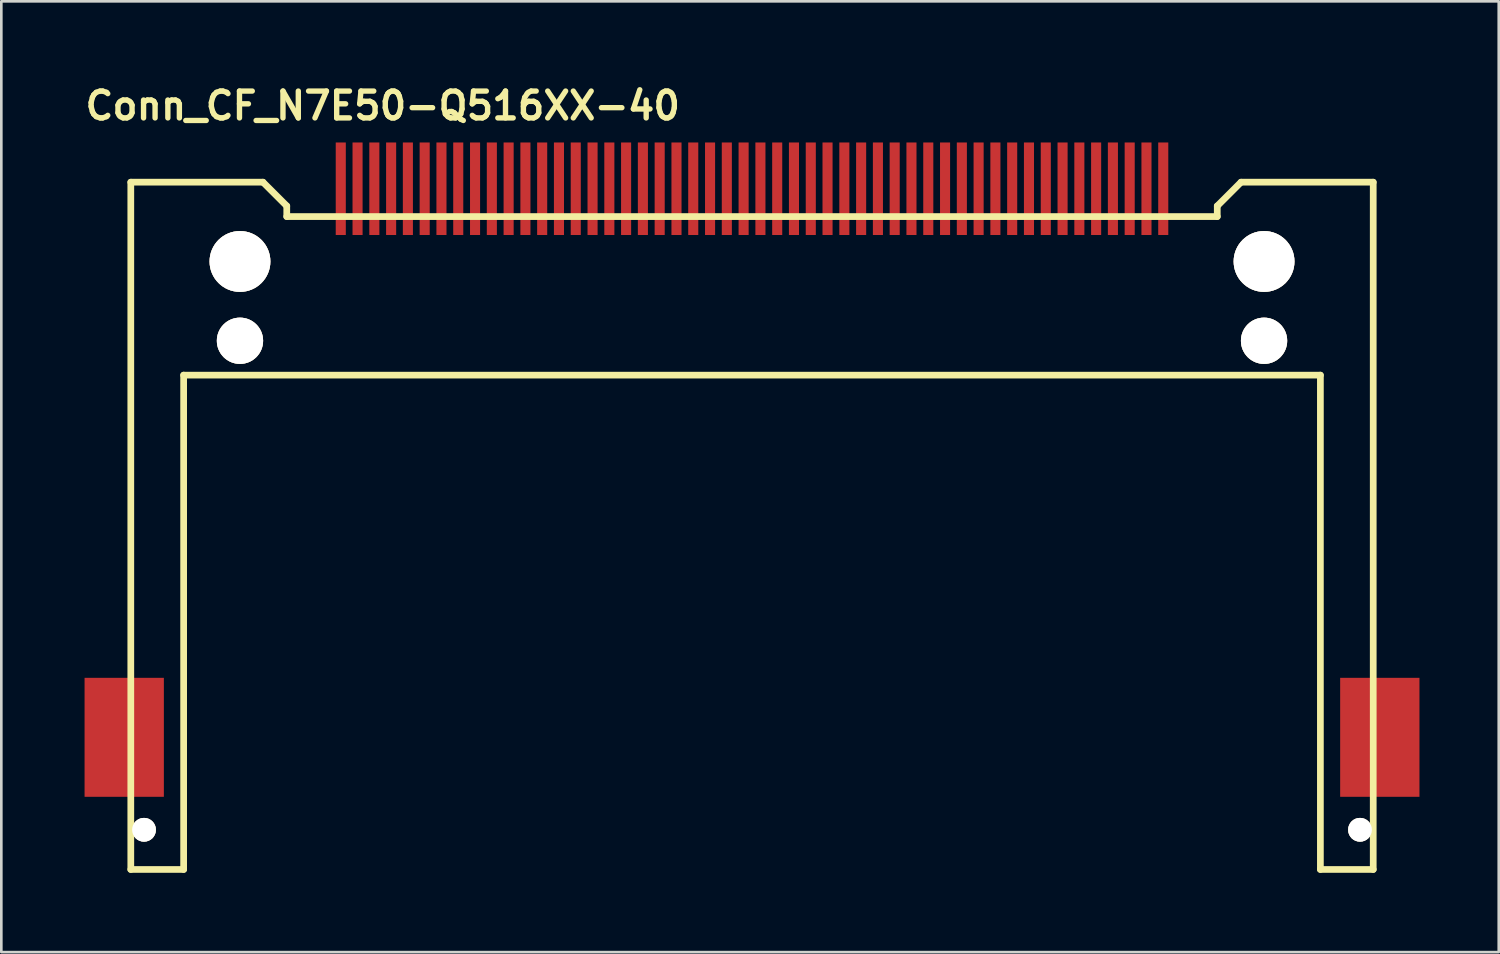
<source format=kicad_pcb>
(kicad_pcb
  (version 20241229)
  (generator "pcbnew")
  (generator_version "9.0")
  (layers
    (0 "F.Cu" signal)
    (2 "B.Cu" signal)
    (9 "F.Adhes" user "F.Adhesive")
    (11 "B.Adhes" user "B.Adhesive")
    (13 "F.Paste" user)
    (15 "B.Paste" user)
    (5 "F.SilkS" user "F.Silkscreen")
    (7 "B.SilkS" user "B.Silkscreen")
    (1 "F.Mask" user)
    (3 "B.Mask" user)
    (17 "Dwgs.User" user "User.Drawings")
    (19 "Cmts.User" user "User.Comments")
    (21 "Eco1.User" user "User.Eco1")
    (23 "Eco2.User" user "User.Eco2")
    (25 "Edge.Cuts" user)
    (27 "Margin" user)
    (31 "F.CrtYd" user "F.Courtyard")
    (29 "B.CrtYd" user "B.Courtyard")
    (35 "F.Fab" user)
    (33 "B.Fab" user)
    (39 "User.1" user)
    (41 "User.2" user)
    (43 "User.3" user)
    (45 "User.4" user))
  (footprint "Conn_CF_N7E50-Q516XX-40"
    (layer "F.Cu")
    (at 25.398 9.841)
    (property "Reference" "Conn_CF_N7E50-Q516XX-40" (at -13.97 -8.89 0) (layer "F.SilkS") (effects (font (size 1.016 1.016) (thickness 0.203))))
    (attr through_hole)
    (fp_line (start -23.5 -5.999) (end -23.5 20) (stroke (width 0.254) (type solid)) (layer "F.SilkS"))
    (fp_line (start -21.501 1.3) (end -21.501 20) (stroke (width 0.254) (type solid)) (layer "F.SilkS"))
    (fp_line (start -21.501 1.3) (end 21.501 1.3) (stroke (width 0.254) (type solid)) (layer "F.SilkS"))
    (fp_line (start -21.501 20) (end -23.5 20) (stroke (width 0.254) (type solid)) (layer "F.SilkS"))
    (fp_line (start -18.499 -5.999) (end -23.5 -5.999) (stroke (width 0.254) (type solid)) (layer "F.SilkS"))
    (fp_line (start -17.6 -5.1) (end -18.499 -5.999) (stroke (width 0.254) (type solid)) (layer "F.SilkS"))
    (fp_line (start -17.6 -5.1) (end -17.6 -4.699) (stroke (width 0.254) (type solid)) (layer "F.SilkS"))
    (fp_line (start -17.6 -4.699) (end 17.6 -4.699) (stroke (width 0.254) (type solid)) (layer "F.SilkS"))
    (fp_line (start 17.6 -5.1) (end 18.499 -5.999) (stroke (width 0.254) (type solid)) (layer "F.SilkS"))
    (fp_line (start 17.6 -4.699) (end 17.6 -5.1) (stroke (width 0.254) (type solid)) (layer "F.SilkS"))
    (fp_line (start 18.499 -5.999) (end 23.5 -5.999) (stroke (width 0.254) (type solid)) (layer "F.SilkS"))
    (fp_line (start 21.501 1.3) (end 21.501 20) (stroke (width 0.254) (type solid)) (layer "F.SilkS"))
    (fp_line (start 21.501 20) (end 23.5 20) (stroke (width 0.254) (type solid)) (layer "F.SilkS"))
    (fp_line (start 23.5 -5.999) (end 23.5 20) (stroke (width 0.254) (type solid)) (layer "F.SilkS"))
    (pad "" smd rect (at -23.749 15.001) (size 3 4.501) (layers "F.Cu" "F.Mask" "F.Paste"))
    (pad "" thru_hole circle (at -23 18.499) (size 0.899 0.899) (drill 0.899) (layers "*.Cu" "*.Mask" "F.SilkS"))
    (pad "" thru_hole circle (at -19.37 -3) (size 2.301 2.301) (drill 2.301) (layers "*.Cu" "*.Mask" "F.SilkS"))
    (pad "" thru_hole circle (at -19.37 0) (size 1.75 1.75) (drill 1.75) (layers "*.Cu" "*.Mask" "F.SilkS"))
    (pad "" thru_hole circle (at 19.37 -3) (size 2.301 2.301) (drill 2.301) (layers "*.Cu" "*.Mask" "F.SilkS"))
    (pad "" thru_hole circle (at 19.37 0) (size 1.75 1.75) (drill 1.75) (layers "*.Cu" "*.Mask" "F.SilkS"))
    (pad "" thru_hole circle (at 23 18.499) (size 0.899 0.899) (drill 0.899) (layers "*.Cu" "*.Mask" "F.SilkS"))
    (pad "" smd rect (at 23.749 15.001) (size 3 4.501) (layers "F.Cu" "F.Mask" "F.Paste"))
    (pad "1" smd rect (at -15.557 -5.751) (size 0.381 3.5) (layers "F.Cu" "F.Mask" "F.Paste"))
    (pad "2" smd rect (at -14.287 -5.751) (size 0.381 3.5) (layers "F.Cu" "F.Mask" "F.Paste"))
    (pad "3" smd rect (at -13.018 -5.751) (size 0.381 3.5) (layers "F.Cu" "F.Mask" "F.Paste"))
    (pad "4" smd rect (at -11.748 -5.751) (size 0.381 3.5) (layers "F.Cu" "F.Mask" "F.Paste"))
    (pad "5" smd rect (at -10.477 -5.751) (size 0.381 3.5) (layers "F.Cu" "F.Mask" "F.Paste"))
    (pad "6" smd rect (at -9.207 -5.751) (size 0.381 3.5) (layers "F.Cu" "F.Mask" "F.Paste"))
    (pad "7" smd rect (at -7.938 -5.751) (size 0.381 3.5) (layers "F.Cu" "F.Mask" "F.Paste"))
    (pad "8" smd rect (at -6.668 -5.751) (size 0.381 3.5) (layers "F.Cu" "F.Mask" "F.Paste"))
    (pad "9" smd rect (at -5.397 -5.751) (size 0.381 3.5) (layers "F.Cu" "F.Mask" "F.Paste"))
    (pad "10" smd rect (at -4.128 -5.751) (size 0.381 3.5) (layers "F.Cu" "F.Mask" "F.Paste"))
    (pad "11" smd rect (at -2.857 -5.751) (size 0.381 3.5) (layers "F.Cu" "F.Mask" "F.Paste"))
    (pad "12" smd rect (at -1.587 -5.751) (size 0.381 3.5) (layers "F.Cu" "F.Mask" "F.Paste"))
    (pad "13" smd rect (at -0.318 -5.751) (size 0.381 3.5) (layers "F.Cu" "F.Mask" "F.Paste"))
    (pad "14" smd rect (at 0.953 -5.751) (size 0.381 3.5) (layers "F.Cu" "F.Mask" "F.Paste"))
    (pad "15" smd rect (at 2.223 -5.751) (size 0.381 3.5) (layers "F.Cu" "F.Mask" "F.Paste"))
    (pad "16" smd rect (at 3.493 -5.751) (size 0.381 3.5) (layers "F.Cu" "F.Mask" "F.Paste"))
    (pad "17" smd rect (at 4.763 -5.751) (size 0.381 3.5) (layers "F.Cu" "F.Mask" "F.Paste"))
    (pad "18" smd rect (at 6.032 -5.751) (size 0.381 3.5) (layers "F.Cu" "F.Mask" "F.Paste"))
    (pad "19" smd rect (at 7.303 -5.751) (size 0.381 3.5) (layers "F.Cu" "F.Mask" "F.Paste"))
    (pad "20" smd rect (at 8.572 -5.751) (size 0.381 3.5) (layers "F.Cu" "F.Mask" "F.Paste"))
    (pad "21" smd rect (at 9.842 -5.751) (size 0.381 3.5) (layers "F.Cu" "F.Mask" "F.Paste"))
    (pad "22" smd rect (at 11.113 -5.751) (size 0.381 3.5) (layers "F.Cu" "F.Mask" "F.Paste"))
    (pad "23" smd rect (at 12.383 -5.751) (size 0.381 3.5) (layers "F.Cu" "F.Mask" "F.Paste"))
    (pad "24" smd rect (at 13.652 -5.751) (size 0.381 3.5) (layers "F.Cu" "F.Mask" "F.Paste"))
    (pad "25" smd rect (at 14.922 -5.751) (size 0.381 3.5) (layers "F.Cu" "F.Mask" "F.Paste"))
    (pad "26" smd rect (at -14.922 -5.751) (size 0.381 3.5) (layers "F.Cu" "F.Mask" "F.Paste"))
    (pad "27" smd rect (at -13.652 -5.751) (size 0.381 3.5) (layers "F.Cu" "F.Mask" "F.Paste"))
    (pad "28" smd rect (at -12.383 -5.751) (size 0.381 3.5) (layers "F.Cu" "F.Mask" "F.Paste"))
    (pad "29" smd rect (at -11.113 -5.751) (size 0.381 3.5) (layers "F.Cu" "F.Mask" "F.Paste"))
    (pad "30" smd rect (at -9.842 -5.751) (size 0.381 3.5) (layers "F.Cu" "F.Mask" "F.Paste"))
    (pad "31" smd rect (at -8.572 -5.751) (size 0.381 3.5) (layers "F.Cu" "F.Mask" "F.Paste"))
    (pad "32" smd rect (at -7.303 -5.751) (size 0.381 3.5) (layers "F.Cu" "F.Mask" "F.Paste"))
    (pad "33" smd rect (at -6.032 -5.751) (size 0.381 3.5) (layers "F.Cu" "F.Mask" "F.Paste"))
    (pad "34" smd rect (at -4.763 -5.751) (size 0.381 3.5) (layers "F.Cu" "F.Mask" "F.Paste"))
    (pad "35" smd rect (at -3.493 -5.751) (size 0.381 3.5) (layers "F.Cu" "F.Mask" "F.Paste"))
    (pad "36" smd rect (at -2.223 -5.751) (size 0.381 3.5) (layers "F.Cu" "F.Mask" "F.Paste"))
    (pad "37" smd rect (at -0.953 -5.751) (size 0.381 3.5) (layers "F.Cu" "F.Mask" "F.Paste"))
    (pad "38" smd rect (at 0.318 -5.751) (size 0.381 3.5) (layers "F.Cu" "F.Mask" "F.Paste"))
    (pad "39" smd rect (at 1.587 -5.751) (size 0.381 3.5) (layers "F.Cu" "F.Mask" "F.Paste"))
    (pad "40" smd rect (at 2.857 -5.751) (size 0.381 3.5) (layers "F.Cu" "F.Mask" "F.Paste"))
    (pad "41" smd rect (at 4.128 -5.751) (size 0.381 3.5) (layers "F.Cu" "F.Mask" "F.Paste"))
    (pad "42" smd rect (at 5.397 -5.751) (size 0.381 3.5) (layers "F.Cu" "F.Mask" "F.Paste"))
    (pad "43" smd rect (at 6.668 -5.751) (size 0.381 3.5) (layers "F.Cu" "F.Mask" "F.Paste"))
    (pad "44" smd rect (at 7.938 -5.751) (size 0.381 3.5) (layers "F.Cu" "F.Mask" "F.Paste"))
    (pad "45" smd rect (at 9.207 -5.751) (size 0.381 3.5) (layers "F.Cu" "F.Mask" "F.Paste"))
    (pad "46" smd rect (at 10.477 -5.751) (size 0.381 3.5) (layers "F.Cu" "F.Mask" "F.Paste"))
    (pad "47" smd rect (at 11.748 -5.751) (size 0.381 3.5) (layers "F.Cu" "F.Mask" "F.Paste"))
    (pad "48" smd rect (at 13.018 -5.751) (size 0.381 3.5) (layers "F.Cu" "F.Mask" "F.Paste"))
    (pad "49" smd rect (at 14.287 -5.751) (size 0.381 3.5) (layers "F.Cu" "F.Mask" "F.Paste"))
    (pad "50" smd rect (at 15.557 -5.751) (size 0.381 3.5) (layers "F.Cu" "F.Mask" "F.Paste")))
  (gr_rect
    (start -3 -3)
    (end 53.646 32.968)
    (stroke (width 0.1) (type default))
    (fill no)
    (layer "Edge.Cuts")))
</source>
